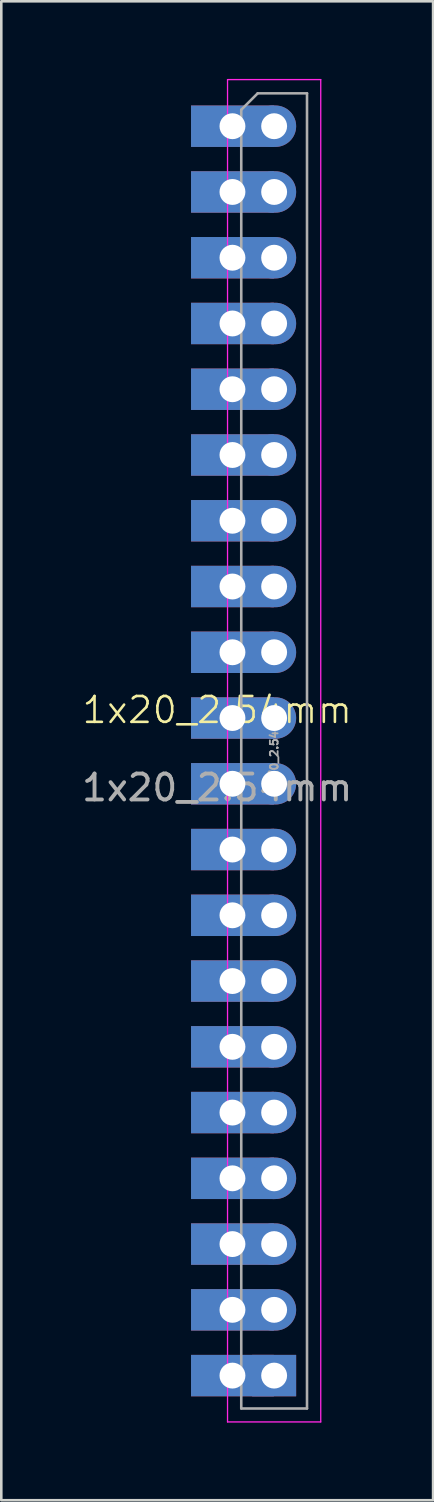
<source format=kicad_pcb>
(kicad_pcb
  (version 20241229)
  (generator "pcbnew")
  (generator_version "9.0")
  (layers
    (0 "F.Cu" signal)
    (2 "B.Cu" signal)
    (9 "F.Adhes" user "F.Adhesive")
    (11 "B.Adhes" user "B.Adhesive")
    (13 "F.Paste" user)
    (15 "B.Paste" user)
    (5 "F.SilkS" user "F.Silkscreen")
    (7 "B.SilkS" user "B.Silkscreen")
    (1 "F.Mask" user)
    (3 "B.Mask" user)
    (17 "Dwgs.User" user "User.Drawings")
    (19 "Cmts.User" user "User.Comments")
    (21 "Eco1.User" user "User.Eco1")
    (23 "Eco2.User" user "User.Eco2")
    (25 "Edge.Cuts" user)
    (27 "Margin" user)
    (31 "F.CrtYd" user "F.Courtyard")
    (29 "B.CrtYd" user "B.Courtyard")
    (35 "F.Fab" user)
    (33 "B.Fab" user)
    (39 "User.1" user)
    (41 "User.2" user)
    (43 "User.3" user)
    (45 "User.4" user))
  (footprint "1x20_2.54mm"
    (layer "F.Cu")
    (at 5.339 24.875)
    (property "Reference" "1x20_2.54mm" (at 0 -0.5 0) (unlocked yes) (layer "F.SilkS") (effects (font (size 1 1) (thickness 0.1))))
    (attr through_hole)
    (fp_line (start 0.4 -24.85) (end 0.4 27) (stroke (width 0.05) (type solid)) (layer "F.CrtYd"))
    (fp_line (start 0.4 27) (end 4 27) (stroke (width 0.05) (type solid)) (layer "F.CrtYd"))
    (fp_line (start 4 -24.85) (end 0.4 -24.85) (stroke (width 0.05) (type solid)) (layer "F.CrtYd"))
    (fp_line (start 4 27) (end 4 -24.85) (stroke (width 0.05) (type solid)) (layer "F.CrtYd"))
    (fp_line (start 0.93 -23.685) (end 1.565 -24.32) (stroke (width 0.1) (type solid)) (layer "F.Fab"))
    (fp_line (start 0.93 26.48) (end 0.93 -23.685) (stroke (width 0.1) (type solid)) (layer "F.Fab"))
    (fp_line (start 1.565 -24.32) (end 3.47 -24.32) (stroke (width 0.1) (type solid)) (layer "F.Fab"))
    (fp_line (start 3.47 -24.32) (end 3.47 26.48) (stroke (width 0.1) (type solid)) (layer "F.Fab"))
    (fp_line (start 3.47 26.48) (end 0.93 26.48) (stroke (width 0.1) (type solid)) (layer "F.Fab"))
    (fp_text user "${REFERENCE}" (at 2.2 1.08 270) (layer "F.Fab") (effects (font (size 0.3 0.3) (thickness 0.07))))
    (fp_text user "${REFERENCE}" (at 0 2.5 0) (unlocked yes) (layer "F.Fab") (effects (font (size 1 1) (thickness 0.15))))
    (pad "1" thru_hole rect (at 0.59 -23.05) (size 3.2 1.6) (drill 1) (layers "*.Cu" "*.Mask"))
    (pad "1" thru_hole oval (at 2.2 -23.05) (size 1.7 1.6) (drill 1) (layers "*.Cu" "*.Mask"))
    (pad "2" thru_hole rect (at 0.59 -20.51) (size 3.2 1.6) (drill 1) (layers "*.Cu" "*.Mask"))
    (pad "2" thru_hole oval (at 2.2 -20.51) (size 1.7 1.6) (drill 1) (layers "*.Cu" "*.Mask"))
    (pad "3" thru_hole rect (at 0.59 -17.97) (size 3.2 1.6) (drill 1) (layers "*.Cu" "*.Mask"))
    (pad "3" thru_hole oval (at 2.2 -17.97) (size 1.7 1.6) (drill 1) (layers "*.Cu" "*.Mask"))
    (pad "4" thru_hole rect (at 0.59 -15.43) (size 3.2 1.6) (drill 1) (layers "*.Cu" "*.Mask"))
    (pad "4" thru_hole oval (at 2.2 -15.43) (size 1.7 1.6) (drill 1) (layers "*.Cu" "*.Mask"))
    (pad "5" thru_hole rect (at 0.59 -12.89) (size 3.2 1.6) (drill 1) (layers "*.Cu" "*.Mask"))
    (pad "5" thru_hole oval (at 2.2 -12.89) (size 1.7 1.6) (drill 1) (layers "*.Cu" "*.Mask"))
    (pad "6" thru_hole rect (at 0.59 -10.35) (size 3.2 1.6) (drill 1) (layers "*.Cu" "*.Mask"))
    (pad "6" thru_hole oval (at 2.2 -10.35) (size 1.7 1.6) (drill 1) (layers "*.Cu" "*.Mask"))
    (pad "7" thru_hole rect (at 0.59 -7.81) (size 3.2 1.6) (drill 1) (layers "*.Cu" "*.Mask"))
    (pad "7" thru_hole oval (at 2.2 -7.81) (size 1.7 1.6) (drill 1) (layers "*.Cu" "*.Mask"))
    (pad "8" thru_hole rect (at 0.59 -5.27) (size 3.2 1.6) (drill 1) (layers "*.Cu" "*.Mask"))
    (pad "8" thru_hole oval (at 2.2 -5.27) (size 1.7 1.6) (drill 1) (layers "*.Cu" "*.Mask"))
    (pad "9" thru_hole rect (at 0.59 -2.73) (size 3.2 1.6) (drill 1) (layers "*.Cu" "*.Mask"))
    (pad "9" thru_hole oval (at 2.2 -2.73) (size 1.7 1.6) (drill 1) (layers "*.Cu" "*.Mask"))
    (pad "10" thru_hole rect (at 0.59 -0.19) (size 3.2 1.6) (drill 1) (layers "*.Cu" "*.Mask"))
    (pad "10" thru_hole oval (at 2.2 -0.19) (size 1.7 1.6) (drill 1) (layers "*.Cu" "*.Mask"))
    (pad "11" thru_hole rect (at 0.59 2.35) (size 3.2 1.6) (drill 1) (layers "*.Cu" "*.Mask"))
    (pad "11" thru_hole oval (at 2.2 2.35) (size 1.7 1.6) (drill 1) (layers "*.Cu" "*.Mask"))
    (pad "12" thru_hole rect (at 0.59 4.89) (size 3.2 1.6) (drill 1) (layers "*.Cu" "*.Mask"))
    (pad "12" thru_hole oval (at 2.2 4.89) (size 1.7 1.6) (drill 1) (layers "*.Cu" "*.Mask"))
    (pad "13" thru_hole rect (at 0.59 7.43) (size 3.2 1.6) (drill 1) (layers "*.Cu" "*.Mask"))
    (pad "13" thru_hole oval (at 2.2 7.43) (size 1.7 1.6) (drill 1) (layers "*.Cu" "*.Mask"))
    (pad "14" thru_hole rect (at 0.59 9.97) (size 3.2 1.6) (drill 1) (layers "*.Cu" "*.Mask"))
    (pad "14" thru_hole oval (at 2.2 9.97) (size 1.7 1.6) (drill 1) (layers "*.Cu" "*.Mask"))
    (pad "15" thru_hole rect (at 0.59 12.51) (size 3.2 1.6) (drill 1) (layers "*.Cu" "*.Mask"))
    (pad "15" thru_hole oval (at 2.2 12.51) (size 1.7 1.6) (drill 1) (layers "*.Cu" "*.Mask"))
    (pad "16" thru_hole rect (at 0.59 15.05) (size 3.2 1.6) (drill 1) (layers "*.Cu" "*.Mask"))
    (pad "16" thru_hole oval (at 2.2 15.05) (size 1.7 1.6) (drill 1) (layers "*.Cu" "*.Mask"))
    (pad "17" thru_hole rect (at 0.59 17.59) (size 3.2 1.6) (drill 1) (layers "*.Cu" "*.Mask"))
    (pad "17" thru_hole oval (at 2.2 17.59) (size 1.7 1.6) (drill 1) (layers "*.Cu" "*.Mask"))
    (pad "18" thru_hole rect (at 0.59 20.13) (size 3.2 1.6) (drill 1) (layers "*.Cu" "*.Mask"))
    (pad "18" thru_hole oval (at 2.2 20.13) (size 1.7 1.6) (drill 1) (layers "*.Cu" "*.Mask"))
    (pad "19" thru_hole rect (at 0.59 22.67) (size 3.2 1.6) (drill 1) (layers "*.Cu" "*.Mask"))
    (pad "19" thru_hole oval (at 2.2 22.67) (size 1.7 1.6) (drill 1) (layers "*.Cu" "*.Mask"))
    (pad "20" thru_hole rect (at 0.59 25.21) (size 3.2 1.6) (drill 1) (layers "*.Cu" "*.Mask"))
    (pad "20" thru_hole rect (at 2.2 25.21) (size 1.7 1.6) (drill 1) (layers "*.Cu" "*.Mask")))
  (gr_rect
    (start -3 -3)
    (end 13.679 54.9)
    (stroke (width 0.1) (type default))
    (fill no)
    (layer "Edge.Cuts")))
</source>
